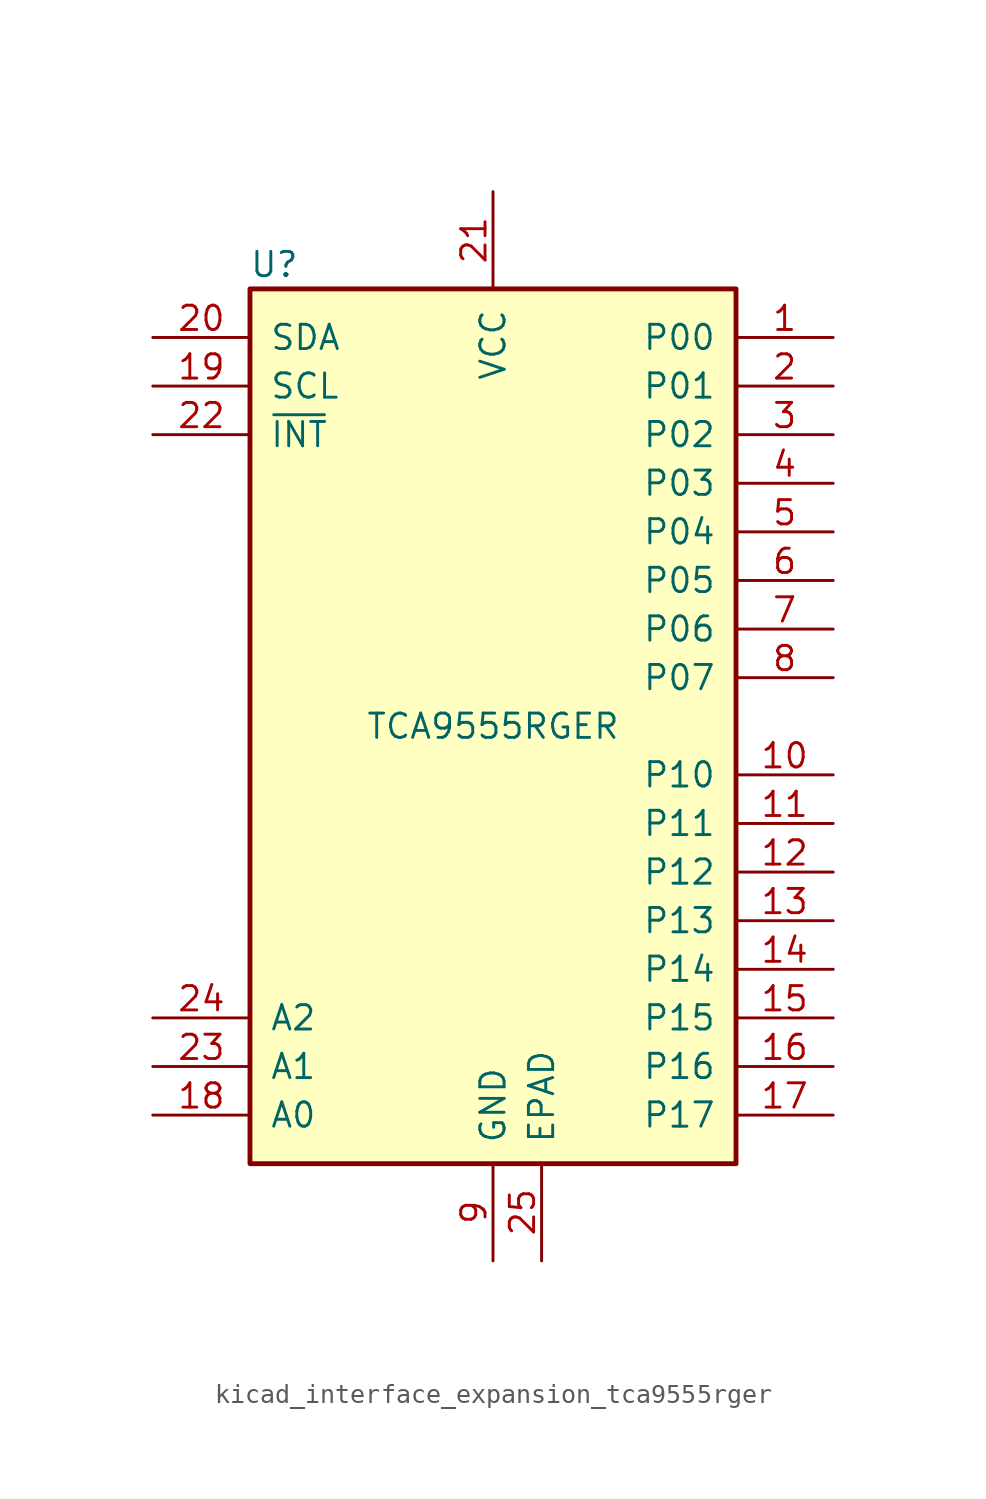
<source format=kicad_sym>
(kicad_symbol_lib
  (version 20220914)
  (generator kicad_symbol_editor)
  (symbol "kicad_interface_expansion_tca9555rger"
    (pin_names
      (offset 1.016))
    (property "Reference" "U"
      (at -11.43 24.13 0)
      (effects (font (size 1.27 1.27))))
    (property "Value" "TCA9555RGER"
      (at 0 0 0)
      (effects (font (size 1.27 1.27))))
    (symbol "kicad_interface_expansion_tca9555rger_0_1"
      (rectangle (start -12.7 22.86) (end 12.7 -22.86) (stroke (width 0.254) (type default)) (fill (type background))))
    (symbol "kicad_interface_expansion_tca9555rger_1_1"
      (pin bidirectional line (at 17.78 20.32 180) (length 5.08) (name "P00" (effects (font (size 1.27 1.27)))) (number "1" (effects (font (size 1.27 1.27)))))
      (pin bidirectional line (at 17.78 -2.54 180) (length 5.08) (name "P10" (effects (font (size 1.27 1.27)))) (number "10" (effects (font (size 1.27 1.27)))))
      (pin bidirectional line (at 17.78 -5.08 180) (length 5.08) (name "P11" (effects (font (size 1.27 1.27)))) (number "11" (effects (font (size 1.27 1.27)))))
      (pin bidirectional line (at 17.78 -7.62 180) (length 5.08) (name "P12" (effects (font (size 1.27 1.27)))) (number "12" (effects (font (size 1.27 1.27)))))
      (pin bidirectional line (at 17.78 -10.16 180) (length 5.08) (name "P13" (effects (font (size 1.27 1.27)))) (number "13" (effects (font (size 1.27 1.27)))))
      (pin bidirectional line (at 17.78 -12.7 180) (length 5.08) (name "P14" (effects (font (size 1.27 1.27)))) (number "14" (effects (font (size 1.27 1.27)))))
      (pin bidirectional line (at 17.78 -15.24 180) (length 5.08) (name "P15" (effects (font (size 1.27 1.27)))) (number "15" (effects (font (size 1.27 1.27)))))
      (pin bidirectional line (at 17.78 -17.78 180) (length 5.08) (name "P16" (effects (font (size 1.27 1.27)))) (number "16" (effects (font (size 1.27 1.27)))))
      (pin bidirectional line (at 17.78 -20.32 180) (length 5.08) (name "P17" (effects (font (size 1.27 1.27)))) (number "17" (effects (font (size 1.27 1.27)))))
      (pin input line (at -17.78 -20.32 0) (length 5.08) (name "A0" (effects (font (size 1.27 1.27)))) (number "18" (effects (font (size 1.27 1.27)))))
      (pin input line (at -17.78 17.78 0) (length 5.08) (name "SCL" (effects (font (size 1.27 1.27)))) (number "19" (effects (font (size 1.27 1.27)))))
      (pin bidirectional line (at 17.78 17.78 180) (length 5.08) (name "P01" (effects (font (size 1.27 1.27)))) (number "2" (effects (font (size 1.27 1.27)))))
      (pin bidirectional line (at -17.78 20.32 0) (length 5.08) (name "SDA" (effects (font (size 1.27 1.27)))) (number "20" (effects (font (size 1.27 1.27)))))
      (pin power_in line (at 0 27.94 270) (length 5.08) (name "VCC" (effects (font (size 1.27 1.27)))) (number "21" (effects (font (size 1.27 1.27)))))
      (pin open_collector line (at -17.78 15.24 0) (length 5.08) (name "~{INT}" (effects (font (size 1.27 1.27)))) (number "22" (effects (font (size 1.27 1.27)))))
      (pin input line (at -17.78 -17.78 0) (length 5.08) (name "A1" (effects (font (size 1.27 1.27)))) (number "23" (effects (font (size 1.27 1.27)))))
      (pin input line (at -17.78 -15.24 0) (length 5.08) (name "A2" (effects (font (size 1.27 1.27)))) (number "24" (effects (font (size 1.27 1.27)))))
      (pin input line (at 2.54 -27.94 90) (length 5.08) (name "EPAD" (effects (font (size 1.27 1.27)))) (number "25" (effects (font (size 1.27 1.27)))))
      (pin bidirectional line (at 17.78 15.24 180) (length 5.08) (name "P02" (effects (font (size 1.27 1.27)))) (number "3" (effects (font (size 1.27 1.27)))))
      (pin bidirectional line (at 17.78 12.7 180) (length 5.08) (name "P03" (effects (font (size 1.27 1.27)))) (number "4" (effects (font (size 1.27 1.27)))))
      (pin bidirectional line (at 17.78 10.16 180) (length 5.08) (name "P04" (effects (font (size 1.27 1.27)))) (number "5" (effects (font (size 1.27 1.27)))))
      (pin bidirectional line (at 17.78 7.62 180) (length 5.08) (name "P05" (effects (font (size 1.27 1.27)))) (number "6" (effects (font (size 1.27 1.27)))))
      (pin bidirectional line (at 17.78 5.08 180) (length 5.08) (name "P06" (effects (font (size 1.27 1.27)))) (number "7" (effects (font (size 1.27 1.27)))))
      (pin bidirectional line (at 17.78 2.54 180) (length 5.08) (name "P07" (effects (font (size 1.27 1.27)))) (number "8" (effects (font (size 1.27 1.27)))))
      (pin power_in line (at 0 -27.94 90) (length 5.08) (name "GND" (effects (font (size 1.27 1.27)))) (number "9" (effects (font (size 1.27 1.27))))))))
</source>
